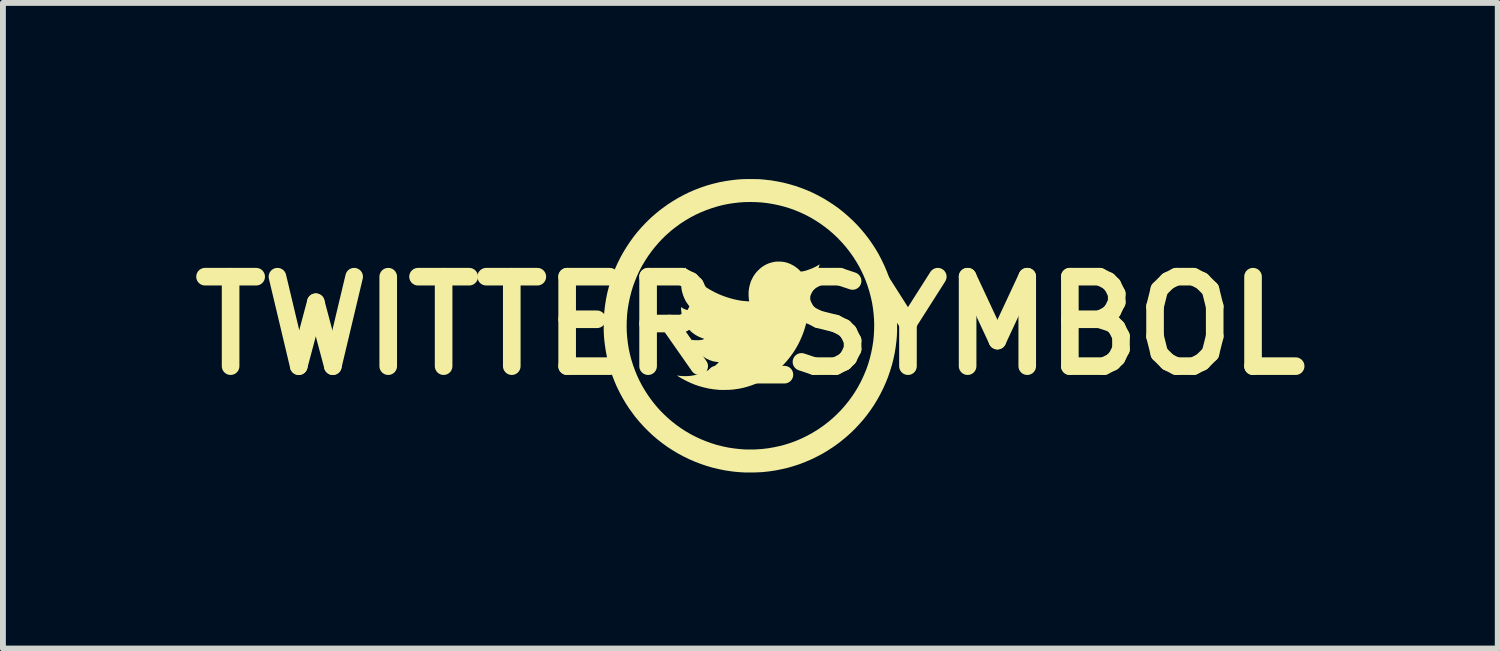
<source format=kicad_pcb>
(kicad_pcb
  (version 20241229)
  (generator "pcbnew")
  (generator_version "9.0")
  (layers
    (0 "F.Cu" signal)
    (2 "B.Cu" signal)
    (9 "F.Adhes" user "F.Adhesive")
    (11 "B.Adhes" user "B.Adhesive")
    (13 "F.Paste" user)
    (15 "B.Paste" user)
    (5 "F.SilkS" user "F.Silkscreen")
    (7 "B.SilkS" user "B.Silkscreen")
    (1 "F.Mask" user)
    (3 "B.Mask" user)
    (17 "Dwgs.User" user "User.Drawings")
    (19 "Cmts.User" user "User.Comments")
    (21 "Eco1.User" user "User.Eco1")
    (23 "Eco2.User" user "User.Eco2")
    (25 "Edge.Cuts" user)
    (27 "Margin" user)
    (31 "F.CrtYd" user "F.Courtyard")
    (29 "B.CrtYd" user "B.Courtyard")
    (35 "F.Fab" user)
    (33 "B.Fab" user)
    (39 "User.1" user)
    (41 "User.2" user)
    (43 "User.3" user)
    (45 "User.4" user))
  (footprint "TWITTER_SYMBOL"
    (layer "F.Cu")
    (at 9.732 2.498)
    (property "Reference" "TWITTER_SYMBOL" (at 0 0 0) (layer "F.SilkS") (effects (font (size 1.524 1.524) (thickness 0.3))))
    (attr board_only exclude_from_pos_files exclude_from_bom)
    (fp_poly (pts (xy 0.512 -1.092) (xy 0.534 -1.09) (xy 0.549 -1.089) (xy 0.595 -1.081) (xy 0.64 -1.068) (xy 0.684 -1.05) (xy 0.726 -1.029) (xy 0.766 -1.004) (xy 0.805 -0.974) (xy 0.84 -0.941) (xy 0.841 -0.941) (xy 0.86 -0.921) (xy 0.88 -0.924) (xy 0.903 -0.928) (xy 0.93 -0.934) (xy 0.959 -0.942) (xy 0.989 -0.953) (xy 1.021 -0.964) (xy 1.052 -0.977) (xy 1.084 -0.991) (xy 1.114 -1.006) (xy 1.142 -1.021) (xy 1.159 -1.032) (xy 1.168 -1.037) (xy 1.175 -1.041) (xy 1.179 -1.043) (xy 1.18 -1.043) (xy 1.18 -1.04) (xy 1.178 -1.034) (xy 1.175 -1.026) (xy 1.172 -1.016) (xy 1.168 -1.005) (xy 1.164 -0.994) (xy 1.16 -0.984) (xy 1.157 -0.977) (xy 1.157 -0.976) (xy 1.142 -0.947) (xy 1.125 -0.917) (xy 1.105 -0.887) (xy 1.084 -0.857) (xy 1.061 -0.829) (xy 1.038 -0.803) (xy 1.015 -0.78) (xy 0.992 -0.76) (xy 0.975 -0.747) (xy 0.969 -0.743) (xy 0.976 -0.744) (xy 1.012 -0.75) (xy 1.045 -0.757) (xy 1.076 -0.764) (xy 1.108 -0.774) (xy 1.137 -0.783) (xy 1.155 -0.789) (xy 1.174 -0.796) (xy 1.192 -0.803) (xy 1.209 -0.81) (xy 1.224 -0.816) (xy 1.236 -0.822) (xy 1.242 -0.825) (xy 1.247 -0.828) (xy 1.251 -0.829) (xy 1.251 -0.829) (xy 1.25 -0.827) (xy 1.247 -0.822) (xy 1.243 -0.814) (xy 1.24 -0.809) (xy 1.205 -0.754) (xy 1.166 -0.703) (xy 1.123 -0.654) (xy 1.076 -0.607) (xy 1.026 -0.563) (xy 1.021 -0.56) (xy 1.003 -0.545) (xy 1.002 -0.45) (xy 1.002 -0.418) (xy 1.001 -0.39) (xy 1.001 -0.365) (xy 1 -0.342) (xy 0.998 -0.32) (xy 0.996 -0.299) (xy 0.994 -0.276) (xy 0.991 -0.252) (xy 0.989 -0.237) (xy 0.976 -0.152) (xy 0.959 -0.068) (xy 0.937 0.013) (xy 0.912 0.093) (xy 0.883 0.171) (xy 0.85 0.247) (xy 0.814 0.32) (xy 0.774 0.391) (xy 0.73 0.46) (xy 0.683 0.525) (xy 0.633 0.588) (xy 0.58 0.648) (xy 0.524 0.705) (xy 0.464 0.759) (xy 0.402 0.809) (xy 0.337 0.856) (xy 0.269 0.899) (xy 0.199 0.938) (xy 0.162 0.957) (xy 0.094 0.988) (xy 0.025 1.015) (xy -0.045 1.038) (xy -0.116 1.057) (xy -0.19 1.073) (xy -0.266 1.084) (xy -0.304 1.089) (xy -0.316 1.09) (xy -0.332 1.091) (xy -0.351 1.092) (xy -0.373 1.093) (xy -0.396 1.093) (xy -0.42 1.094) (xy -0.444 1.094) (xy -0.467 1.094) (xy -0.489 1.094) (xy -0.509 1.094) (xy -0.526 1.093) (xy -0.539 1.093) (xy -0.542 1.092) (xy -0.625 1.084) (xy -0.707 1.071) (xy -0.787 1.053) (xy -0.865 1.032) (xy -0.942 1.006) (xy -1.018 0.975) (xy -1.092 0.94) (xy -1.166 0.901) (xy -1.222 0.867) (xy -1.232 0.861) (xy -1.24 0.856) (xy -1.246 0.852) (xy -1.249 0.85) (xy -1.249 0.849) (xy -1.246 0.849) (xy -1.24 0.85) (xy -1.231 0.851) (xy -1.225 0.852) (xy -1.168 0.858) (xy -1.11 0.86) (xy -1.052 0.858) (xy -0.993 0.851) (xy -0.935 0.84) (xy -0.877 0.825) (xy -0.821 0.805) (xy -0.766 0.782) (xy -0.712 0.755) (xy -0.661 0.725) (xy -0.646 0.715) (xy -0.62 0.696) (xy -0.595 0.677) (xy -0.573 0.658) (xy -0.554 0.639) (xy -0.552 0.637) (xy -0.536 0.62) (xy -0.547 0.62) (xy -0.592 0.615) (xy -0.636 0.606) (xy -0.679 0.592) (xy -0.722 0.574) (xy -0.764 0.552) (xy -0.805 0.525) (xy -0.815 0.518) (xy -0.829 0.506) (xy -0.845 0.492) (xy -0.862 0.477) (xy -0.879 0.461) (xy -0.893 0.446) (xy -0.905 0.432) (xy -0.906 0.432) (xy -0.923 0.41) (xy -0.939 0.386) (xy -0.954 0.361) (xy -0.967 0.337) (xy -0.978 0.313) (xy -0.986 0.292) (xy -0.986 0.292) (xy -0.989 0.281) (xy -0.991 0.27) (xy -0.994 0.26) (xy -0.995 0.251) (xy -0.996 0.245) (xy -0.996 0.242) (xy -0.993 0.242) (xy -0.987 0.243) (xy -0.978 0.244) (xy -0.974 0.244) (xy -0.96 0.246) (xy -0.944 0.247) (xy -0.925 0.247) (xy -0.906 0.247) (xy -0.887 0.247) (xy -0.869 0.246) (xy -0.853 0.245) (xy -0.841 0.243) (xy -0.839 0.243) (xy -0.828 0.241) (xy -0.817 0.238) (xy -0.807 0.235) (xy -0.797 0.231) (xy -0.79 0.228) (xy -0.786 0.226) (xy -0.785 0.225) (xy -0.787 0.224) (xy -0.793 0.222) (xy -0.802 0.218) (xy -0.812 0.215) (xy -0.816 0.213) (xy -0.836 0.206) (xy -0.859 0.196) (xy -0.882 0.186) (xy -0.904 0.174) (xy -0.925 0.163) (xy -0.942 0.152) (xy -0.982 0.124) (xy -1.019 0.092) (xy -1.052 0.057) (xy -1.081 0.019) (xy -1.107 -0.021) (xy -1.129 -0.064) (xy -1.147 -0.11) (xy -1.161 -0.158) (xy -1.172 -0.209) (xy -1.177 -0.248) (xy -1.178 -0.262) (xy -1.179 -0.277) (xy -1.179 -0.292) (xy -1.179 -0.296) (xy -1.179 -0.319) (xy -1.166 -0.308) (xy -1.148 -0.296) (xy -1.127 -0.285) (xy -1.102 -0.275) (xy -1.075 -0.267) (xy -1.048 -0.261) (xy -1.038 -0.26) (xy -1.025 -0.259) (xy -1.01 -0.257) (xy -0.996 -0.257) (xy -0.992 -0.256) (xy -0.978 -0.256) (xy -0.968 -0.256) (xy -0.962 -0.256) (xy -0.959 -0.256) (xy -0.958 -0.257) (xy -0.96 -0.258) (xy -0.961 -0.26) (xy -0.996 -0.288) (xy -1.029 -0.32) (xy -1.058 -0.356) (xy -1.086 -0.395) (xy -1.11 -0.436) (xy -1.13 -0.48) (xy -1.148 -0.526) (xy -1.162 -0.574) (xy -1.172 -0.624) (xy -1.173 -0.634) (xy -1.175 -0.645) (xy -1.176 -0.659) (xy -1.177 -0.675) (xy -1.178 -0.69) (xy -1.178 -0.696) (xy -1.178 -0.747) (xy -1.173 -0.798) (xy -1.164 -0.848) (xy -1.151 -0.896) (xy -1.133 -0.943) (xy -1.119 -0.973) (xy -1.111 -0.99) (xy -1.106 -0.984) (xy -1.102 -0.98) (xy -1.097 -0.973) (xy -1.09 -0.965) (xy -1.082 -0.955) (xy -1.079 -0.95) (xy -1.036 -0.897) (xy -0.988 -0.846) (xy -0.936 -0.796) (xy -0.881 -0.748) (xy -0.823 -0.703) (xy -0.763 -0.66) (xy -0.699 -0.62) (xy -0.634 -0.584) (xy -0.606 -0.569) (xy -0.542 -0.539) (xy -0.477 -0.512) (xy -0.41 -0.488) (xy -0.343 -0.467) (xy -0.276 -0.449) (xy -0.209 -0.435) (xy -0.144 -0.424) (xy -0.08 -0.418) (xy -0.051 -0.416) (xy -0.018 -0.414) (xy -0.02 -0.421) (xy -0.024 -0.444) (xy -0.027 -0.47) (xy -0.029 -0.499) (xy -0.03 -0.528) (xy -0.03 -0.556) (xy -0.029 -0.583) (xy -0.027 -0.603) (xy -0.019 -0.656) (xy -0.006 -0.707) (xy 0.01 -0.756) (xy 0.031 -0.802) (xy 0.056 -0.847) (xy 0.085 -0.889) (xy 0.097 -0.904) (xy 0.108 -0.916) (xy 0.121 -0.931) (xy 0.137 -0.946) (xy 0.152 -0.961) (xy 0.168 -0.975) (xy 0.182 -0.987) (xy 0.188 -0.992) (xy 0.227 -1.019) (xy 0.268 -1.042) (xy 0.311 -1.061) (xy 0.356 -1.075) (xy 0.401 -1.086) (xy 0.421 -1.089) (xy 0.441 -1.091) (xy 0.464 -1.092) (xy 0.488 -1.092)) (stroke (width 0) (type solid)) (fill yes) (layer "F.SilkS"))
    (fp_poly (pts (xy 0.032 -2.498) (xy 0.059 -2.498) (xy 0.083 -2.497) (xy 0.105 -2.497) (xy 0.124 -2.496) (xy 0.142 -2.496) (xy 0.16 -2.495) (xy 0.178 -2.494) (xy 0.198 -2.492) (xy 0.219 -2.49) (xy 0.242 -2.488) (xy 0.25 -2.487) (xy 0.356 -2.475) (xy 0.461 -2.457) (xy 0.565 -2.436) (xy 0.667 -2.41) (xy 0.767 -2.38) (xy 0.866 -2.346) (xy 0.964 -2.308) (xy 1.059 -2.266) (xy 1.152 -2.22) (xy 1.243 -2.17) (xy 1.332 -2.116) (xy 1.419 -2.059) (xy 1.503 -1.999) (xy 1.584 -1.935) (xy 1.663 -1.867) (xy 1.739 -1.797) (xy 1.813 -1.723) (xy 1.883 -1.646) (xy 1.95 -1.566) (xy 2.014 -1.484) (xy 2.074 -1.398) (xy 2.131 -1.31) (xy 2.185 -1.219) (xy 2.234 -1.125) (xy 2.28 -1.029) (xy 2.322 -0.931) (xy 2.35 -0.859) (xy 2.384 -0.76) (xy 2.414 -0.658) (xy 2.44 -0.555) (xy 2.461 -0.451) (xy 2.478 -0.346) (xy 2.49 -0.248) (xy 2.492 -0.223) (xy 2.494 -0.202) (xy 2.495 -0.182) (xy 2.497 -0.164) (xy 2.498 -0.146) (xy 2.499 -0.128) (xy 2.499 -0.109) (xy 2.5 -0.088) (xy 2.5 -0.065) (xy 2.5 -0.039) (xy 2.5 -0.009) (xy 2.5 0.001) (xy 2.5 0.032) (xy 2.5 0.059) (xy 2.5 0.083) (xy 2.499 0.105) (xy 2.499 0.124) (xy 2.498 0.142) (xy 2.497 0.16) (xy 2.496 0.178) (xy 2.494 0.198) (xy 2.493 0.219) (xy 2.49 0.242) (xy 2.49 0.25) (xy 2.477 0.356) (xy 2.46 0.462) (xy 2.438 0.566) (xy 2.412 0.669) (xy 2.381 0.77) (xy 2.347 0.87) (xy 2.308 0.968) (xy 2.265 1.065) (xy 2.218 1.159) (xy 2.167 1.252) (xy 2.113 1.342) (xy 2.054 1.43) (xy 1.992 1.515) (xy 1.926 1.598) (xy 1.856 1.678) (xy 1.783 1.756) (xy 1.707 1.83) (xy 1.627 1.901) (xy 1.544 1.969) (xy 1.501 2.002) (xy 1.413 2.065) (xy 1.323 2.124) (xy 1.23 2.18) (xy 1.135 2.23) (xy 1.039 2.277) (xy 0.941 2.319) (xy 0.841 2.358) (xy 0.74 2.391) (xy 0.637 2.421) (xy 0.533 2.445) (xy 0.427 2.466) (xy 0.321 2.482) (xy 0.264 2.488) (xy 0.238 2.491) (xy 0.215 2.493) (xy 0.193 2.495) (xy 0.171 2.496) (xy 0.15 2.497) (xy 0.127 2.498) (xy 0.103 2.499) (xy 0.076 2.5) (xy 0.046 2.5) (xy 0.022 2.5) (xy -0.001 2.5) (xy -0.023 2.5) (xy -0.044 2.5) (xy -0.063 2.5) (xy -0.079 2.5) (xy -0.092 2.5) (xy -0.101 2.5) (xy -0.107 2.5) (xy -0.107 2.5) (xy -0.15 2.497) (xy -0.188 2.495) (xy -0.224 2.492) (xy -0.258 2.489) (xy -0.289 2.485) (xy -0.32 2.482) (xy -0.331 2.48) (xy -0.437 2.464) (xy -0.541 2.443) (xy -0.645 2.418) (xy -0.747 2.388) (xy -0.847 2.354) (xy -0.946 2.316) (xy -1.043 2.274) (xy -1.138 2.228) (xy -1.231 2.178) (xy -1.322 2.123) (xy -1.411 2.066) (xy -1.497 2.004) (xy -1.58 1.939) (xy -1.661 1.87) (xy -1.739 1.797) (xy -1.814 1.721) (xy -1.886 1.642) (xy -1.955 1.56) (xy -1.999 1.501) (xy -2.063 1.413) (xy -2.122 1.323) (xy -2.177 1.23) (xy -2.228 1.135) (xy -2.275 1.039) (xy -2.317 0.941) (xy -2.355 0.841) (xy -2.389 0.74) (xy -2.418 0.637) (xy -2.443 0.533) (xy -2.463 0.428) (xy -2.479 0.322) (xy -2.487 0.25) (xy -2.49 0.226) (xy -2.491 0.204) (xy -2.493 0.184) (xy -2.494 0.166) (xy -2.495 0.148) (xy -2.496 0.13) (xy -2.497 0.111) (xy -2.497 0.09) (xy -2.498 0.067) (xy -2.498 0.041) (xy -2.498 0.012) (xy -2.498 0.006) (xy -2.107 0.006) (xy -2.105 0.105) (xy -2.099 0.19) (xy -2.088 0.287) (xy -2.073 0.384) (xy -2.053 0.48) (xy -2.028 0.575) (xy -1.999 0.668) (xy -1.966 0.76) (xy -1.929 0.851) (xy -1.888 0.939) (xy -1.842 1.026) (xy -1.792 1.11) (xy -1.739 1.192) (xy -1.688 1.263) (xy -1.65 1.312) (xy -1.612 1.359) (xy -1.573 1.404) (xy -1.534 1.447) (xy -1.491 1.491) (xy -1.49 1.492) (xy -1.418 1.561) (xy -1.343 1.626) (xy -1.266 1.687) (xy -1.186 1.744) (xy -1.103 1.798) (xy -1.019 1.847) (xy -0.932 1.892) (xy -0.844 1.933) (xy -0.753 1.97) (xy -0.661 2.003) (xy -0.568 2.032) (xy -0.472 2.056) (xy -0.376 2.076) (xy -0.278 2.091) (xy -0.179 2.102) (xy -0.108 2.107) (xy -0.088 2.108) (xy -0.065 2.109) (xy -0.04 2.109) (xy -0.013 2.109) (xy 0.015 2.109) (xy 0.042 2.109) (xy 0.067 2.109) (xy 0.089 2.108) (xy 0.104 2.107) (xy 0.205 2.1) (xy 0.305 2.088) (xy 0.403 2.071) (xy 0.5 2.05) (xy 0.595 2.025) (xy 0.689 1.995) (xy 0.781 1.961) (xy 0.871 1.922) (xy 0.96 1.879) (xy 1.047 1.832) (xy 1.133 1.78) (xy 1.165 1.759) (xy 1.246 1.703) (xy 1.325 1.642) (xy 1.4 1.579) (xy 1.472 1.511) (xy 1.542 1.441) (xy 1.607 1.367) (xy 1.67 1.29) (xy 1.728 1.211) (xy 1.759 1.165) (xy 1.786 1.124) (xy 1.81 1.085) (xy 1.833 1.047) (xy 1.854 1.007) (xy 1.876 0.966) (xy 1.898 0.922) (xy 1.9 0.919) (xy 1.94 0.83) (xy 1.977 0.74) (xy 2.009 0.648) (xy 2.036 0.555) (xy 2.059 0.461) (xy 2.078 0.366) (xy 2.093 0.271) (xy 2.103 0.175) (xy 2.108 0.079) (xy 2.11 -0.017) (xy 2.107 -0.113) (xy 2.099 -0.209) (xy 2.088 -0.304) (xy 2.072 -0.399) (xy 2.051 -0.494) (xy 2.026 -0.587) (xy 1.997 -0.68) (xy 1.964 -0.771) (xy 1.926 -0.861) (xy 1.884 -0.949) (xy 1.855 -1.005) (xy 1.806 -1.089) (xy 1.754 -1.171) (xy 1.697 -1.251) (xy 1.637 -1.329) (xy 1.573 -1.404) (xy 1.506 -1.475) (xy 1.492 -1.49) (xy 1.42 -1.558) (xy 1.346 -1.623) (xy 1.268 -1.684) (xy 1.189 -1.741) (xy 1.107 -1.794) (xy 1.023 -1.844) (xy 0.937 -1.889) (xy 0.849 -1.93) (xy 0.759 -1.967) (xy 0.668 -2) (xy 0.576 -2.028) (xy 0.482 -2.052) (xy 0.386 -2.072) (xy 0.29 -2.088) (xy 0.193 -2.099) (xy 0.095 -2.105) (xy -0.004 -2.107) (xy -0.103 -2.105) (xy -0.188 -2.099) (xy -0.285 -2.088) (xy -0.382 -2.073) (xy -0.478 -2.053) (xy -0.573 -2.028) (xy -0.666 -1.999) (xy -0.758 -1.966) (xy -0.848 -1.929) (xy -0.937 -1.888) (xy -1.024 -1.842) (xy -1.108 -1.792) (xy -1.19 -1.739) (xy -1.26 -1.688) (xy -1.31 -1.65) (xy -1.357 -1.612) (xy -1.401 -1.573) (xy -1.445 -1.534) (xy -1.488 -1.491) (xy -1.49 -1.49) (xy -1.558 -1.418) (xy -1.623 -1.343) (xy -1.684 -1.266) (xy -1.741 -1.186) (xy -1.794 -1.105) (xy -1.844 -1.021) (xy -1.889 -0.935) (xy -1.93 -0.847) (xy -1.967 -0.757) (xy -2 -0.666) (xy -2.028 -0.573) (xy -2.052 -0.479) (xy -2.072 -0.384) (xy -2.088 -0.288) (xy -2.099 -0.191) (xy -2.105 -0.093) (xy -2.107 0.006) (xy -2.498 0.006) (xy -2.498 0.001) (xy -2.498 -0.03) (xy -2.498 -0.057) (xy -2.497 -0.081) (xy -2.497 -0.102) (xy -2.496 -0.122) (xy -2.496 -0.14) (xy -2.495 -0.158) (xy -2.494 -0.176) (xy -2.492 -0.195) (xy -2.49 -0.216) (xy -2.488 -0.239) (xy -2.487 -0.248) (xy -2.474 -0.354) (xy -2.457 -0.459) (xy -2.436 -0.563) (xy -2.409 -0.666) (xy -2.379 -0.768) (xy -2.344 -0.868) (xy -2.306 -0.966) (xy -2.263 -1.062) (xy -2.216 -1.157) (xy -2.165 -1.249) (xy -2.11 -1.339) (xy -2.052 -1.427) (xy -1.99 -1.513) (xy -1.924 -1.596) (xy -1.854 -1.676) (xy -1.781 -1.753) (xy -1.705 -1.828) (xy -1.625 -1.899) (xy -1.542 -1.967) (xy -1.499 -1.999) (xy -1.411 -2.063) (xy -1.32 -2.122) (xy -1.228 -2.177) (xy -1.133 -2.228) (xy -1.037 -2.275) (xy -0.939 -2.317) (xy -0.839 -2.355) (xy -0.738 -2.389) (xy -0.635 -2.418) (xy -0.531 -2.443) (xy -0.426 -2.463) (xy -0.319 -2.479) (xy -0.248 -2.487) (xy -0.223 -2.49) (xy -0.202 -2.491) (xy -0.182 -2.493) (xy -0.164 -2.494) (xy -0.146 -2.495) (xy -0.128 -2.496) (xy -0.109 -2.497) (xy -0.088 -2.497) (xy -0.065 -2.498) (xy -0.039 -2.498) (xy -0.009 -2.498) (xy 0.001 -2.498)) (stroke (width 0) (type solid)) (fill yes) (layer "F.SilkS")))
  (gr_rect
    (start -3 -3)
    (end 22.464 7.998)
    (stroke (width 0.1) (type default))
    (fill no)
    (layer "Edge.Cuts")))
</source>
